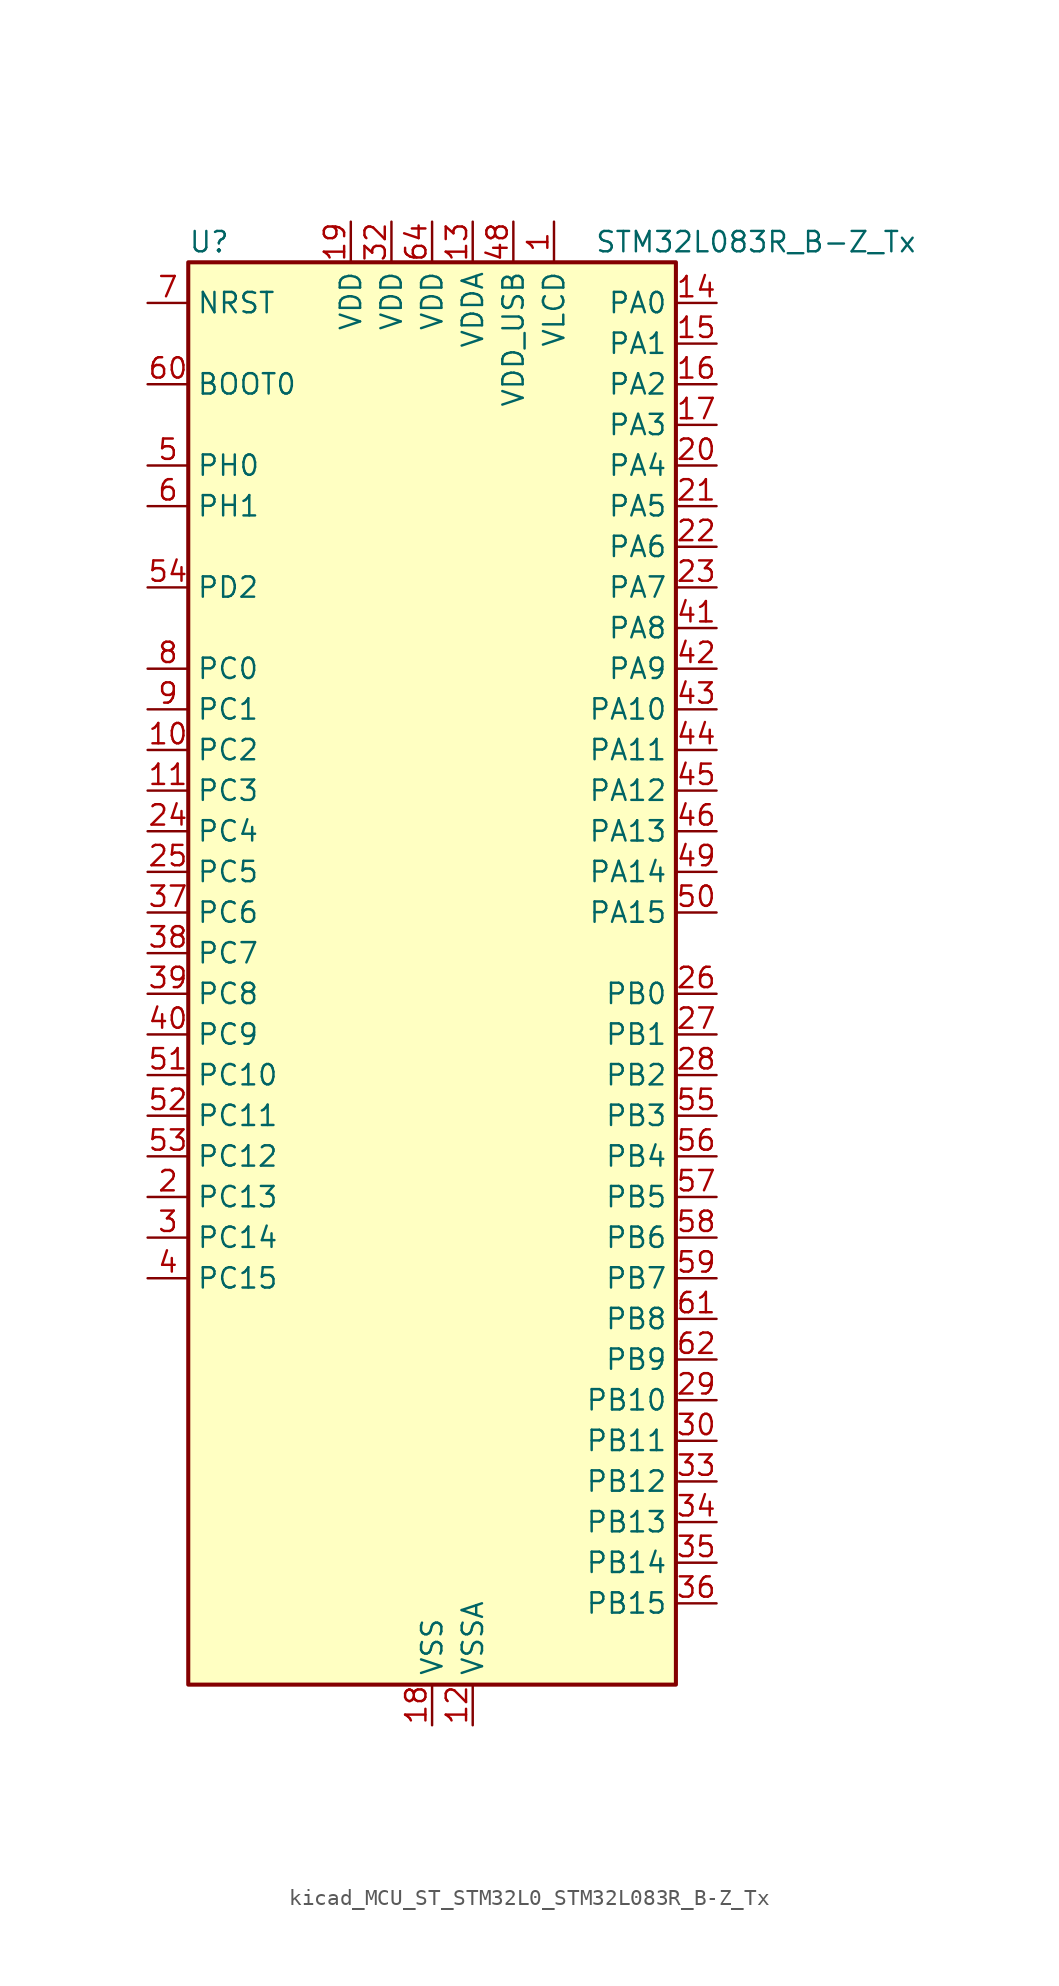
<source format=kicad_sym>
(kicad_symbol_lib
  (version 20220914)
  (generator kicad_symbol_editor)
  (symbol "kicad_MCU_ST_STM32L0_STM32L083R_B-Z_Tx"
    (property "Reference" "U"
      (at -15.24 46.99 0)
      (effects (font (size 1.27 1.27)) (justify left)))
    (property "Value" "STM32L083R_B-Z_Tx"
      (at 10.16 46.99 0)
      (effects (font (size 1.27 1.27)) (justify left)))
    (property "ki_locked" ""
      (at 0 0 0)
      (effects (font (size 1.27 1.27))))
    (symbol "kicad_MCU_ST_STM32L0_STM32L083R_B-Z_Tx_0_1"
      (rectangle (start -15.24 -43.18) (end 15.24 45.72) (stroke (width 0.254) (type default)) (fill (type background))))
    (symbol "kicad_MCU_ST_STM32L0_STM32L083R_B-Z_Tx_1_1"
      (pin power_in line (at 7.62 48.26 270) (length 2.54) (name "VLCD" (effects (font (size 1.27 1.27)))) (number "1" (effects (font (size 1.27 1.27)))))
      (pin bidirectional line (at -17.78 15.24 0) (length 2.54) (name "PC2" (effects (font (size 1.27 1.27)))) (number "10" (effects (font (size 1.27 1.27)))) (alternate "ADC_IN12" bidirectional line) (alternate "I2S2_MCK" bidirectional line) (alternate "LCD_SEG20" bidirectional line) (alternate "LPTIM1_IN2" bidirectional line) (alternate "SPI2_MISO" bidirectional line) (alternate "TSC_G7_IO3" bidirectional line))
      (pin bidirectional line (at -17.78 12.7 0) (length 2.54) (name "PC3" (effects (font (size 1.27 1.27)))) (number "11" (effects (font (size 1.27 1.27)))) (alternate "ADC_IN13" bidirectional line) (alternate "I2S2_SD" bidirectional line) (alternate "LCD_SEG21" bidirectional line) (alternate "LPTIM1_ETR" bidirectional line) (alternate "SPI2_MOSI" bidirectional line) (alternate "TSC_G7_IO4" bidirectional line))
      (pin power_in line (at 2.54 -45.72 90) (length 2.54) (name "VSSA" (effects (font (size 1.27 1.27)))) (number "12" (effects (font (size 1.27 1.27)))))
      (pin power_in line (at 2.54 48.26 270) (length 2.54) (name "VDDA" (effects (font (size 1.27 1.27)))) (number "13" (effects (font (size 1.27 1.27)))))
      (pin bidirectional line (at 17.78 43.18 180) (length 2.54) (name "PA0" (effects (font (size 1.27 1.27)))) (number "14" (effects (font (size 1.27 1.27)))) (alternate "ADC_IN0" bidirectional line) (alternate "COMP1_INM" bidirectional line) (alternate "COMP1_OUT" bidirectional line) (alternate "RTC_TAMP2" bidirectional line) (alternate "SYS_WKUP1" bidirectional line) (alternate "TIM2_CH1" bidirectional line) (alternate "TIM2_ETR" bidirectional line) (alternate "TSC_G1_IO1" bidirectional line) (alternate "USART2_CTS" bidirectional line) (alternate "USART4_TX" bidirectional line))
      (pin bidirectional line (at 17.78 40.64 180) (length 2.54) (name "PA1" (effects (font (size 1.27 1.27)))) (number "15" (effects (font (size 1.27 1.27)))) (alternate "ADC_IN1" bidirectional line) (alternate "COMP1_INP" bidirectional line) (alternate "LCD_SEG0" bidirectional line) (alternate "TIM21_ETR" bidirectional line) (alternate "TIM2_CH2" bidirectional line) (alternate "TSC_G1_IO2" bidirectional line) (alternate "USART2_DE" bidirectional line) (alternate "USART2_RTS" bidirectional line) (alternate "USART4_RX" bidirectional line))
      (pin bidirectional line (at 17.78 38.1 180) (length 2.54) (name "PA2" (effects (font (size 1.27 1.27)))) (number "16" (effects (font (size 1.27 1.27)))) (alternate "ADC_IN2" bidirectional line) (alternate "COMP2_INM" bidirectional line) (alternate "COMP2_OUT" bidirectional line) (alternate "LCD_SEG1" bidirectional line) (alternate "LPUART1_TX" bidirectional line) (alternate "TIM21_CH1" bidirectional line) (alternate "TIM2_CH3" bidirectional line) (alternate "TSC_G1_IO3" bidirectional line) (alternate "USART2_TX" bidirectional line))
      (pin bidirectional line (at 17.78 35.56 180) (length 2.54) (name "PA3" (effects (font (size 1.27 1.27)))) (number "17" (effects (font (size 1.27 1.27)))) (alternate "ADC_IN3" bidirectional line) (alternate "COMP2_INP" bidirectional line) (alternate "LCD_SEG2" bidirectional line) (alternate "LPUART1_RX" bidirectional line) (alternate "TIM21_CH2" bidirectional line) (alternate "TIM2_CH4" bidirectional line) (alternate "TSC_G1_IO4" bidirectional line) (alternate "USART2_RX" bidirectional line))
      (pin power_in line (at 0 -45.72 90) (length 2.54) (name "VSS" (effects (font (size 1.27 1.27)))) (number "18" (effects (font (size 1.27 1.27)))))
      (pin power_in line (at -5.08 48.26 270) (length 2.54) (name "VDD" (effects (font (size 1.27 1.27)))) (number "19" (effects (font (size 1.27 1.27)))))
      (pin bidirectional line (at -17.78 -12.7 0) (length 2.54) (name "PC13" (effects (font (size 1.27 1.27)))) (number "2" (effects (font (size 1.27 1.27)))) (alternate "RTC_OUT_ALARM" bidirectional line) (alternate "RTC_OUT_CALIB" bidirectional line) (alternate "RTC_TAMP1" bidirectional line) (alternate "RTC_TS" bidirectional line) (alternate "SYS_WKUP2" bidirectional line))
      (pin bidirectional line (at 17.78 33.02 180) (length 2.54) (name "PA4" (effects (font (size 1.27 1.27)))) (number "20" (effects (font (size 1.27 1.27)))) (alternate "ADC_IN4" bidirectional line) (alternate "COMP1_INM" bidirectional line) (alternate "COMP2_INM" bidirectional line) (alternate "DAC_OUT1" bidirectional line) (alternate "SPI1_NSS" bidirectional line) (alternate "TIM22_ETR" bidirectional line) (alternate "TSC_G2_IO1" bidirectional line) (alternate "USART2_CK" bidirectional line))
      (pin bidirectional line (at 17.78 30.48 180) (length 2.54) (name "PA5" (effects (font (size 1.27 1.27)))) (number "21" (effects (font (size 1.27 1.27)))) (alternate "ADC_IN5" bidirectional line) (alternate "COMP1_INM" bidirectional line) (alternate "COMP2_INM" bidirectional line) (alternate "DAC_OUT2" bidirectional line) (alternate "SPI1_SCK" bidirectional line) (alternate "TIM2_CH1" bidirectional line) (alternate "TIM2_ETR" bidirectional line) (alternate "TSC_G2_IO2" bidirectional line))
      (pin bidirectional line (at 17.78 27.94 180) (length 2.54) (name "PA6" (effects (font (size 1.27 1.27)))) (number "22" (effects (font (size 1.27 1.27)))) (alternate "ADC_IN6" bidirectional line) (alternate "COMP1_OUT" bidirectional line) (alternate "LCD_SEG3" bidirectional line) (alternate "LPUART1_CTS" bidirectional line) (alternate "SPI1_MISO" bidirectional line) (alternate "TIM22_CH1" bidirectional line) (alternate "TIM3_CH1" bidirectional line) (alternate "TSC_G2_IO3" bidirectional line))
      (pin bidirectional line (at 17.78 25.4 180) (length 2.54) (name "PA7" (effects (font (size 1.27 1.27)))) (number "23" (effects (font (size 1.27 1.27)))) (alternate "ADC_IN7" bidirectional line) (alternate "COMP2_OUT" bidirectional line) (alternate "LCD_SEG4" bidirectional line) (alternate "SPI1_MOSI" bidirectional line) (alternate "TIM22_CH2" bidirectional line) (alternate "TIM3_CH2" bidirectional line) (alternate "TSC_G2_IO4" bidirectional line))
      (pin bidirectional line (at -17.78 10.16 0) (length 2.54) (name "PC4" (effects (font (size 1.27 1.27)))) (number "24" (effects (font (size 1.27 1.27)))) (alternate "ADC_IN14" bidirectional line) (alternate "LCD_SEG22" bidirectional line) (alternate "LPUART1_TX" bidirectional line))
      (pin bidirectional line (at -17.78 7.62 0) (length 2.54) (name "PC5" (effects (font (size 1.27 1.27)))) (number "25" (effects (font (size 1.27 1.27)))) (alternate "ADC_IN15" bidirectional line) (alternate "LCD_SEG23" bidirectional line) (alternate "LPUART1_RX" bidirectional line) (alternate "TSC_G3_IO1" bidirectional line))
      (pin bidirectional line (at 17.78 0 180) (length 2.54) (name "PB0" (effects (font (size 1.27 1.27)))) (number "26" (effects (font (size 1.27 1.27)))) (alternate "ADC_IN8" bidirectional line) (alternate "LCD_SEG5" bidirectional line) (alternate "LCD_VLCD3" bidirectional line) (alternate "SYS_VREF_OUT_PB0" bidirectional line) (alternate "TIM3_CH3" bidirectional line) (alternate "TSC_G3_IO2" bidirectional line))
      (pin bidirectional line (at 17.78 -2.54 180) (length 2.54) (name "PB1" (effects (font (size 1.27 1.27)))) (number "27" (effects (font (size 1.27 1.27)))) (alternate "ADC_IN9" bidirectional line) (alternate "LCD_SEG6" bidirectional line) (alternate "LPUART1_DE" bidirectional line) (alternate "LPUART1_RTS" bidirectional line) (alternate "SYS_VREF_OUT_PB1" bidirectional line) (alternate "TIM3_CH4" bidirectional line) (alternate "TSC_G3_IO3" bidirectional line))
      (pin bidirectional line (at 17.78 -5.08 180) (length 2.54) (name "PB2" (effects (font (size 1.27 1.27)))) (number "28" (effects (font (size 1.27 1.27)))) (alternate "I2C3_SMBA" bidirectional line) (alternate "LCD_VLCD2" bidirectional line) (alternate "LPTIM1_OUT" bidirectional line) (alternate "TSC_G3_IO4" bidirectional line))
      (pin bidirectional line (at 17.78 -25.4 180) (length 2.54) (name "PB10" (effects (font (size 1.27 1.27)))) (number "29" (effects (font (size 1.27 1.27)))) (alternate "I2C2_SCL" bidirectional line) (alternate "LCD_SEG10" bidirectional line) (alternate "LPUART1_RX" bidirectional line) (alternate "LPUART1_TX" bidirectional line) (alternate "SPI2_SCK" bidirectional line) (alternate "TIM2_CH3" bidirectional line) (alternate "TSC_SYNC" bidirectional line))
      (pin bidirectional line (at -17.78 -15.24 0) (length 2.54) (name "PC14" (effects (font (size 1.27 1.27)))) (number "3" (effects (font (size 1.27 1.27)))) (alternate "RCC_OSC32_IN" bidirectional line))
      (pin bidirectional line (at 17.78 -27.94 180) (length 2.54) (name "PB11" (effects (font (size 1.27 1.27)))) (number "30" (effects (font (size 1.27 1.27)))) (alternate "ADC_EXTI11" bidirectional line) (alternate "I2C2_SDA" bidirectional line) (alternate "LCD_SEG11" bidirectional line) (alternate "LPUART1_RX" bidirectional line) (alternate "LPUART1_TX" bidirectional line) (alternate "TIM2_CH4" bidirectional line) (alternate "TSC_G6_IO1" bidirectional line))
      (pin passive line (at 0 -45.72 90) (length 2.54) hide (name "VSS" (effects (font (size 1.27 1.27)))) (number "31" (effects (font (size 1.27 1.27)))))
      (pin power_in line (at -2.54 48.26 270) (length 2.54) (name "VDD" (effects (font (size 1.27 1.27)))) (number "32" (effects (font (size 1.27 1.27)))))
      (pin bidirectional line (at 17.78 -30.48 180) (length 2.54) (name "PB12" (effects (font (size 1.27 1.27)))) (number "33" (effects (font (size 1.27 1.27)))) (alternate "I2S2_WS" bidirectional line) (alternate "LCD_SEG12" bidirectional line) (alternate "LCD_VLCD2" bidirectional line) (alternate "LPUART1_DE" bidirectional line) (alternate "LPUART1_RTS" bidirectional line) (alternate "SPI2_NSS" bidirectional line) (alternate "TSC_G6_IO2" bidirectional line))
      (pin bidirectional line (at 17.78 -33.02 180) (length 2.54) (name "PB13" (effects (font (size 1.27 1.27)))) (number "34" (effects (font (size 1.27 1.27)))) (alternate "I2C2_SCL" bidirectional line) (alternate "I2S2_CK" bidirectional line) (alternate "LCD_SEG13" bidirectional line) (alternate "LPUART1_CTS" bidirectional line) (alternate "RCC_MCO" bidirectional line) (alternate "SPI2_SCK" bidirectional line) (alternate "TIM21_CH1" bidirectional line) (alternate "TSC_G6_IO3" bidirectional line))
      (pin bidirectional line (at 17.78 -35.56 180) (length 2.54) (name "PB14" (effects (font (size 1.27 1.27)))) (number "35" (effects (font (size 1.27 1.27)))) (alternate "I2C2_SDA" bidirectional line) (alternate "I2S2_MCK" bidirectional line) (alternate "LCD_SEG14" bidirectional line) (alternate "LPUART1_DE" bidirectional line) (alternate "LPUART1_RTS" bidirectional line) (alternate "RTC_OUT_ALARM" bidirectional line) (alternate "RTC_OUT_CALIB" bidirectional line) (alternate "SPI2_MISO" bidirectional line) (alternate "TIM21_CH2" bidirectional line) (alternate "TSC_G6_IO4" bidirectional line))
      (pin bidirectional line (at 17.78 -38.1 180) (length 2.54) (name "PB15" (effects (font (size 1.27 1.27)))) (number "36" (effects (font (size 1.27 1.27)))) (alternate "I2S2_SD" bidirectional line) (alternate "LCD_SEG15" bidirectional line) (alternate "RTC_REFIN" bidirectional line) (alternate "SPI2_MOSI" bidirectional line))
      (pin bidirectional line (at -17.78 5.08 0) (length 2.54) (name "PC6" (effects (font (size 1.27 1.27)))) (number "37" (effects (font (size 1.27 1.27)))) (alternate "LCD_SEG24" bidirectional line) (alternate "TIM22_CH1" bidirectional line) (alternate "TIM3_CH1" bidirectional line) (alternate "TSC_G8_IO1" bidirectional line))
      (pin bidirectional line (at -17.78 2.54 0) (length 2.54) (name "PC7" (effects (font (size 1.27 1.27)))) (number "38" (effects (font (size 1.27 1.27)))) (alternate "LCD_SEG25" bidirectional line) (alternate "TIM22_CH2" bidirectional line) (alternate "TIM3_CH2" bidirectional line) (alternate "TSC_G8_IO2" bidirectional line))
      (pin bidirectional line (at -17.78 0 0) (length 2.54) (name "PC8" (effects (font (size 1.27 1.27)))) (number "39" (effects (font (size 1.27 1.27)))) (alternate "LCD_SEG26" bidirectional line) (alternate "TIM22_ETR" bidirectional line) (alternate "TIM3_CH3" bidirectional line) (alternate "TSC_G8_IO3" bidirectional line))
      (pin bidirectional line (at -17.78 -17.78 0) (length 2.54) (name "PC15" (effects (font (size 1.27 1.27)))) (number "4" (effects (font (size 1.27 1.27)))) (alternate "RCC_OSC32_OUT" bidirectional line))
      (pin bidirectional line (at -17.78 -2.54 0) (length 2.54) (name "PC9" (effects (font (size 1.27 1.27)))) (number "40" (effects (font (size 1.27 1.27)))) (alternate "DAC_EXTI9" bidirectional line) (alternate "I2C3_SDA" bidirectional line) (alternate "LCD_SEG27" bidirectional line) (alternate "TIM21_ETR" bidirectional line) (alternate "TIM3_CH4" bidirectional line) (alternate "TSC_G8_IO4" bidirectional line) (alternate "USB_NOE" bidirectional line))
      (pin bidirectional line (at 17.78 22.86 180) (length 2.54) (name "PA8" (effects (font (size 1.27 1.27)))) (number "41" (effects (font (size 1.27 1.27)))) (alternate "CRS_SYNC" bidirectional line) (alternate "I2C3_SCL" bidirectional line) (alternate "LCD_COM0" bidirectional line) (alternate "RCC_MCO" bidirectional line) (alternate "USART1_CK" bidirectional line))
      (pin bidirectional line (at 17.78 20.32 180) (length 2.54) (name "PA9" (effects (font (size 1.27 1.27)))) (number "42" (effects (font (size 1.27 1.27)))) (alternate "DAC_EXTI9" bidirectional line) (alternate "I2C1_SCL" bidirectional line) (alternate "I2C3_SMBA" bidirectional line) (alternate "LCD_COM1" bidirectional line) (alternate "RCC_MCO" bidirectional line) (alternate "TSC_G4_IO1" bidirectional line) (alternate "USART1_TX" bidirectional line))
      (pin bidirectional line (at 17.78 17.78 180) (length 2.54) (name "PA10" (effects (font (size 1.27 1.27)))) (number "43" (effects (font (size 1.27 1.27)))) (alternate "I2C1_SDA" bidirectional line) (alternate "LCD_COM2" bidirectional line) (alternate "TSC_G4_IO2" bidirectional line) (alternate "USART1_RX" bidirectional line))
      (pin bidirectional line (at 17.78 15.24 180) (length 2.54) (name "PA11" (effects (font (size 1.27 1.27)))) (number "44" (effects (font (size 1.27 1.27)))) (alternate "ADC_EXTI11" bidirectional line) (alternate "COMP1_OUT" bidirectional line) (alternate "SPI1_MISO" bidirectional line) (alternate "TSC_G4_IO3" bidirectional line) (alternate "USART1_CTS" bidirectional line) (alternate "USB_DM" bidirectional line))
      (pin bidirectional line (at 17.78 12.7 180) (length 2.54) (name "PA12" (effects (font (size 1.27 1.27)))) (number "45" (effects (font (size 1.27 1.27)))) (alternate "COMP2_OUT" bidirectional line) (alternate "SPI1_MOSI" bidirectional line) (alternate "TSC_G4_IO4" bidirectional line) (alternate "USART1_DE" bidirectional line) (alternate "USART1_RTS" bidirectional line) (alternate "USB_DP" bidirectional line))
      (pin bidirectional line (at 17.78 10.16 180) (length 2.54) (name "PA13" (effects (font (size 1.27 1.27)))) (number "46" (effects (font (size 1.27 1.27)))) (alternate "LPUART1_RX" bidirectional line) (alternate "SYS_SWDIO" bidirectional line) (alternate "USB_NOE" bidirectional line))
      (pin passive line (at 0 -45.72 90) (length 2.54) hide (name "VSS" (effects (font (size 1.27 1.27)))) (number "47" (effects (font (size 1.27 1.27)))))
      (pin power_in line (at 5.08 48.26 270) (length 2.54) (name "VDD_USB" (effects (font (size 1.27 1.27)))) (number "48" (effects (font (size 1.27 1.27)))))
      (pin bidirectional line (at 17.78 7.62 180) (length 2.54) (name "PA14" (effects (font (size 1.27 1.27)))) (number "49" (effects (font (size 1.27 1.27)))) (alternate "LPUART1_TX" bidirectional line) (alternate "SYS_SWCLK" bidirectional line) (alternate "USART2_TX" bidirectional line))
      (pin bidirectional line (at -17.78 33.02 0) (length 2.54) (name "PH0" (effects (font (size 1.27 1.27)))) (number "5" (effects (font (size 1.27 1.27)))) (alternate "CRS_SYNC" bidirectional line) (alternate "RCC_OSC_IN" bidirectional line))
      (pin bidirectional line (at 17.78 5.08 180) (length 2.54) (name "PA15" (effects (font (size 1.27 1.27)))) (number "50" (effects (font (size 1.27 1.27)))) (alternate "LCD_SEG17" bidirectional line) (alternate "SPI1_NSS" bidirectional line) (alternate "TIM2_CH1" bidirectional line) (alternate "TIM2_ETR" bidirectional line) (alternate "USART2_RX" bidirectional line) (alternate "USART4_DE" bidirectional line) (alternate "USART4_RTS" bidirectional line))
      (pin bidirectional line (at -17.78 -5.08 0) (length 2.54) (name "PC10" (effects (font (size 1.27 1.27)))) (number "51" (effects (font (size 1.27 1.27)))) (alternate "LCD_COM4" bidirectional line) (alternate "LCD_SEG28" bidirectional line) (alternate "LPUART1_TX" bidirectional line) (alternate "USART4_TX" bidirectional line))
      (pin bidirectional line (at -17.78 -7.62 0) (length 2.54) (name "PC11" (effects (font (size 1.27 1.27)))) (number "52" (effects (font (size 1.27 1.27)))) (alternate "ADC_EXTI11" bidirectional line) (alternate "LCD_COM5" bidirectional line) (alternate "LCD_SEG29" bidirectional line) (alternate "LPUART1_RX" bidirectional line) (alternate "USART4_RX" bidirectional line))
      (pin bidirectional line (at -17.78 -10.16 0) (length 2.54) (name "PC12" (effects (font (size 1.27 1.27)))) (number "53" (effects (font (size 1.27 1.27)))) (alternate "LCD_COM6" bidirectional line) (alternate "LCD_SEG30" bidirectional line) (alternate "USART4_CK" bidirectional line) (alternate "USART5_TX" bidirectional line))
      (pin bidirectional line (at -17.78 25.4 0) (length 2.54) (name "PD2" (effects (font (size 1.27 1.27)))) (number "54" (effects (font (size 1.27 1.27)))) (alternate "LCD_COM7" bidirectional line) (alternate "LCD_SEG31" bidirectional line) (alternate "LPUART1_DE" bidirectional line) (alternate "LPUART1_RTS" bidirectional line) (alternate "TIM3_ETR" bidirectional line) (alternate "USART5_RX" bidirectional line))
      (pin bidirectional line (at 17.78 -7.62 180) (length 2.54) (name "PB3" (effects (font (size 1.27 1.27)))) (number "55" (effects (font (size 1.27 1.27)))) (alternate "COMP2_INM" bidirectional line) (alternate "LCD_SEG7" bidirectional line) (alternate "SPI1_SCK" bidirectional line) (alternate "TIM2_CH2" bidirectional line) (alternate "TSC_G5_IO1" bidirectional line) (alternate "USART1_DE" bidirectional line) (alternate "USART1_RTS" bidirectional line) (alternate "USART5_TX" bidirectional line))
      (pin bidirectional line (at 17.78 -10.16 180) (length 2.54) (name "PB4" (effects (font (size 1.27 1.27)))) (number "56" (effects (font (size 1.27 1.27)))) (alternate "COMP2_INP" bidirectional line) (alternate "I2C3_SDA" bidirectional line) (alternate "LCD_SEG8" bidirectional line) (alternate "SPI1_MISO" bidirectional line) (alternate "TIM22_CH1" bidirectional line) (alternate "TIM3_CH1" bidirectional line) (alternate "TSC_G5_IO2" bidirectional line) (alternate "USART1_CTS" bidirectional line) (alternate "USART5_RX" bidirectional line))
      (pin bidirectional line (at 17.78 -12.7 180) (length 2.54) (name "PB5" (effects (font (size 1.27 1.27)))) (number "57" (effects (font (size 1.27 1.27)))) (alternate "COMP2_INP" bidirectional line) (alternate "I2C1_SMBA" bidirectional line) (alternate "LCD_SEG9" bidirectional line) (alternate "LPTIM1_IN1" bidirectional line) (alternate "SPI1_MOSI" bidirectional line) (alternate "TIM22_CH2" bidirectional line) (alternate "TIM3_CH2" bidirectional line) (alternate "USART1_CK" bidirectional line) (alternate "USART5_CK" bidirectional line) (alternate "USART5_DE" bidirectional line) (alternate "USART5_RTS" bidirectional line))
      (pin bidirectional line (at 17.78 -15.24 180) (length 2.54) (name "PB6" (effects (font (size 1.27 1.27)))) (number "58" (effects (font (size 1.27 1.27)))) (alternate "COMP2_INP" bidirectional line) (alternate "I2C1_SCL" bidirectional line) (alternate "LPTIM1_ETR" bidirectional line) (alternate "TSC_G5_IO3" bidirectional line) (alternate "USART1_TX" bidirectional line))
      (pin bidirectional line (at 17.78 -17.78 180) (length 2.54) (name "PB7" (effects (font (size 1.27 1.27)))) (number "59" (effects (font (size 1.27 1.27)))) (alternate "COMP2_INP" bidirectional line) (alternate "I2C1_SDA" bidirectional line) (alternate "LPTIM1_IN2" bidirectional line) (alternate "SYS_PVD_IN" bidirectional line) (alternate "TSC_G5_IO4" bidirectional line) (alternate "USART1_RX" bidirectional line) (alternate "USART4_CTS" bidirectional line))
      (pin bidirectional line (at -17.78 30.48 0) (length 2.54) (name "PH1" (effects (font (size 1.27 1.27)))) (number "6" (effects (font (size 1.27 1.27)))) (alternate "RCC_OSC_OUT" bidirectional line))
      (pin input line (at -17.78 38.1 0) (length 2.54) (name "BOOT0" (effects (font (size 1.27 1.27)))) (number "60" (effects (font (size 1.27 1.27)))))
      (pin bidirectional line (at 17.78 -20.32 180) (length 2.54) (name "PB8" (effects (font (size 1.27 1.27)))) (number "61" (effects (font (size 1.27 1.27)))) (alternate "I2C1_SCL" bidirectional line) (alternate "LCD_SEG16" bidirectional line) (alternate "TSC_SYNC" bidirectional line))
      (pin bidirectional line (at 17.78 -22.86 180) (length 2.54) (name "PB9" (effects (font (size 1.27 1.27)))) (number "62" (effects (font (size 1.27 1.27)))) (alternate "DAC_EXTI9" bidirectional line) (alternate "I2C1_SDA" bidirectional line) (alternate "I2S2_WS" bidirectional line) (alternate "LCD_COM3" bidirectional line) (alternate "SPI2_NSS" bidirectional line))
      (pin passive line (at 0 -45.72 90) (length 2.54) hide (name "VSS" (effects (font (size 1.27 1.27)))) (number "63" (effects (font (size 1.27 1.27)))))
      (pin power_in line (at 0 48.26 270) (length 2.54) (name "VDD" (effects (font (size 1.27 1.27)))) (number "64" (effects (font (size 1.27 1.27)))))
      (pin input line (at -17.78 43.18 0) (length 2.54) (name "NRST" (effects (font (size 1.27 1.27)))) (number "7" (effects (font (size 1.27 1.27)))))
      (pin bidirectional line (at -17.78 20.32 0) (length 2.54) (name "PC0" (effects (font (size 1.27 1.27)))) (number "8" (effects (font (size 1.27 1.27)))) (alternate "ADC_IN10" bidirectional line) (alternate "I2C3_SCL" bidirectional line) (alternate "LCD_SEG18" bidirectional line) (alternate "LPTIM1_IN1" bidirectional line) (alternate "LPUART1_RX" bidirectional line) (alternate "TSC_G7_IO1" bidirectional line))
      (pin bidirectional line (at -17.78 17.78 0) (length 2.54) (name "PC1" (effects (font (size 1.27 1.27)))) (number "9" (effects (font (size 1.27 1.27)))) (alternate "ADC_IN11" bidirectional line) (alternate "I2C3_SDA" bidirectional line) (alternate "LCD_SEG19" bidirectional line) (alternate "LPTIM1_OUT" bidirectional line) (alternate "LPUART1_TX" bidirectional line) (alternate "TSC_G7_IO2" bidirectional line)))))
</source>
